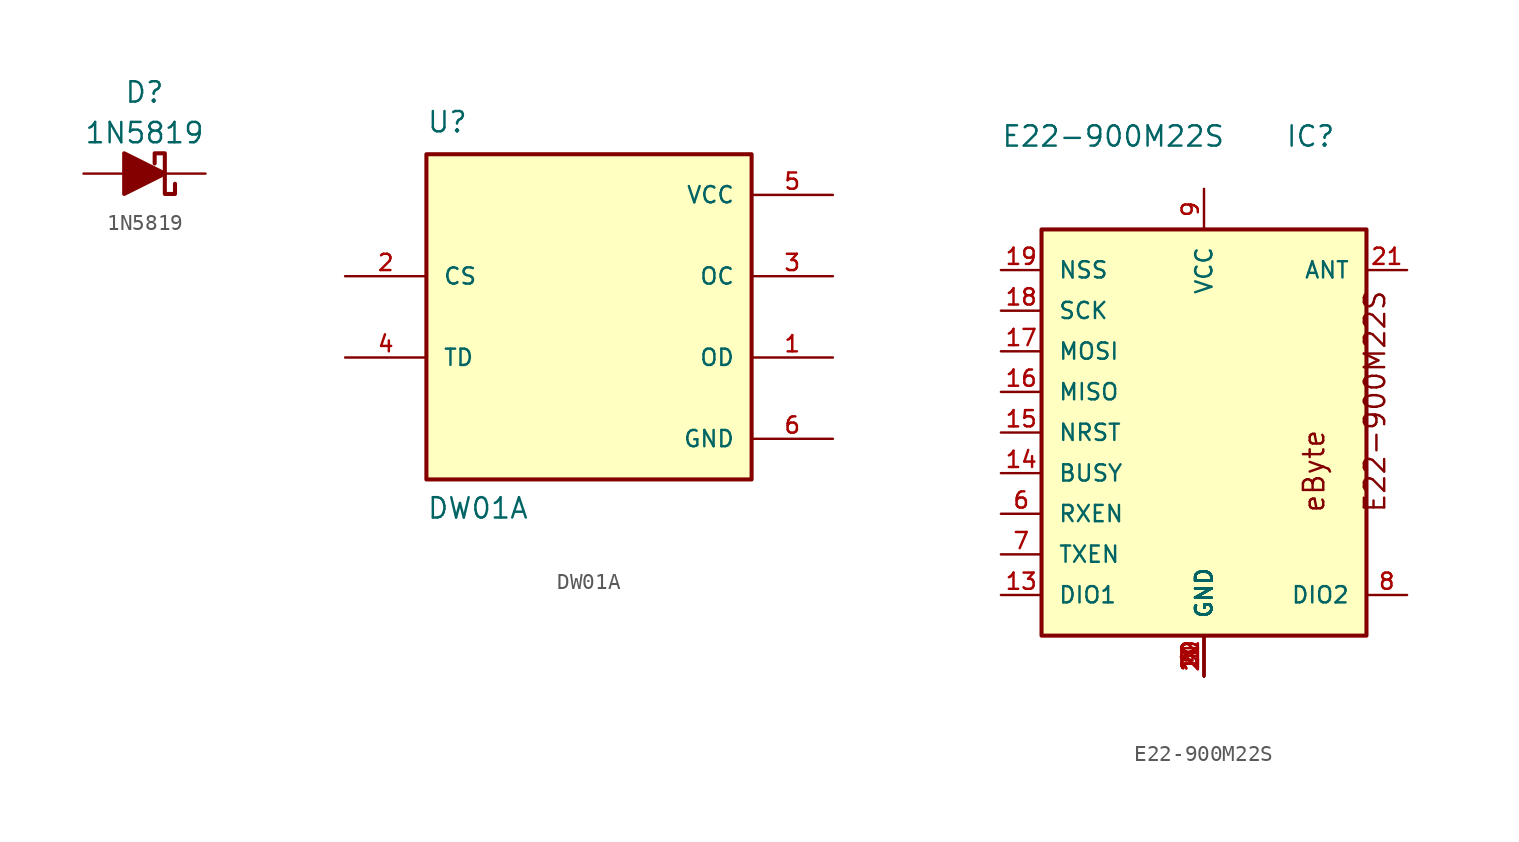
<source format=kicad_sym>
(kicad_symbol_lib
  (version 20231120)
  (generator "kicad_symbol_editor")
  (generator_version "8.0")
  (symbol "1N5819"
    (pin_numbers hide)
    (pin_names
      (offset 1.016) hide)
    (property "Reference" "D"
      (at 0 5.08 0)
      (effects (font (size 1.27 1.27))))
    (property "Value" "1N5819"
      (at 0 2.54 0)
      (effects (font (size 1.27 1.27))))
    (symbol "1N5819_0_1"
      (polyline (pts (xy -1.27 0) (xy 1.27 0)) (stroke (width 0) (type default)) (fill (type none)))
      (polyline (pts (xy -1.27 -1.27) (xy -1.27 1.27) (xy 1.27 0) (xy -1.27 -1.27)) (stroke (width 0.254) (type default)) (fill (type outline)))
      (polyline (pts (xy 1.905 -0.635) (xy 1.905 -1.27) (xy 1.27 -1.27) (xy 1.27 1.27) (xy 0.635 1.27) (xy 0.635 0.635)) (stroke (width 0.254) (type default)) (fill (type none))))
    (symbol "1N5819_1_1"
      (pin passive line (at 3.81 0 180) (length 2.54) (name "K" (effects (font (size 1.27 1.27)))) (number "1" (effects (font (size 1.27 1.27)))))
      (pin passive line (at -3.81 0 0) (length 2.54) (name "A" (effects (font (size 1.27 1.27)))) (number "2" (effects (font (size 1.27 1.27)))))))
  (symbol "DW01A"
    (pin_names
      (offset 1.016))
    (property "Reference" "U"
      (at -10.16 11.43 0)
      (effects (font (size 1.27 1.27)) (justify left bottom)))
    (property "Value" "DW01A"
      (at -10.16 -12.7 0)
      (effects (font (size 1.27 1.27)) (justify left bottom)))
    (symbol "DW01A_0_0"
      (rectangle (start -10.16 -10.16) (end 10.16 10.16) (stroke (width 0.254) (type default)) (fill (type background)))
      (pin output line (at 15.24 -2.54 180) (length 5.08) (name "OD" (effects (font (size 1.016 1.016)))) (number "1" (effects (font (size 1.016 1.016)))))
      (pin input line (at -15.24 2.54 0) (length 5.08) (name "CS" (effects (font (size 1.016 1.016)))) (number "2" (effects (font (size 1.016 1.016)))))
      (pin output line (at 15.24 2.54 180) (length 5.08) (name "OC" (effects (font (size 1.016 1.016)))) (number "3" (effects (font (size 1.016 1.016)))))
      (pin passive line (at -15.24 -2.54 0) (length 5.08) (name "TD" (effects (font (size 1.016 1.016)))) (number "4" (effects (font (size 1.016 1.016)))))
      (pin power_in line (at 15.24 7.62 180) (length 5.08) (name "VCC" (effects (font (size 1.016 1.016)))) (number "5" (effects (font (size 1.016 1.016)))))
      (pin power_in line (at 15.24 -7.62 180) (length 5.08) (name "GND" (effects (font (size 1.016 1.016)))) (number "6" (effects (font (size 1.016 1.016)))))))
  (symbol "E22-900M22S"
    (pin_names
      (offset 1.016))
    (property "Reference" "IC"
      (at 5.08 17.78 0)
      (effects (font (size 1.27 1.27)) (justify left bottom)))
    (property "Value" "E22-900M22S"
      (at -12.7 17.78 0)
      (effects (font (size 1.27 1.27)) (justify left bottom)))
    (symbol "E22-900M22S_0_0"
      (rectangle (start -10.16 -12.7) (end 10.16 12.7) (stroke (width 0.254) (type default)) (fill (type background)))
      (text "E22-900M22S" (at 11.43 -5.08 900) (effects (font (size 1.27 1.27)) (justify left bottom)))
      (text "eByte" (at 7.62 -5.08 900) (effects (font (size 1.27 1.27)) (justify left bottom)))
      (pin power_in line (at 0 -15.24 90) (length 2.54) (name "GND" (effects (font (size 1.016 1.016)))) (number "1" (effects (font (size 1.016 1.016)))))
      (pin power_in line (at 0 -15.24 90) (length 2.54) (name "GND" (effects (font (size 1.016 1.016)))) (number "10" (effects (font (size 1.016 1.016)))))
      (pin power_in line (at 0 -15.24 90) (length 2.54) (name "GND" (effects (font (size 1.016 1.016)))) (number "11" (effects (font (size 1.016 1.016)))))
      (pin power_in line (at 0 -15.24 90) (length 2.54) (name "GND" (effects (font (size 1.016 1.016)))) (number "12" (effects (font (size 1.016 1.016)))))
      (pin bidirectional line (at -12.7 -10.16 0) (length 2.54) (name "DIO1" (effects (font (size 1.016 1.016)))) (number "13" (effects (font (size 1.016 1.016)))))
      (pin bidirectional line (at -12.7 -2.54 0) (length 2.54) (name "BUSY" (effects (font (size 1.016 1.016)))) (number "14" (effects (font (size 1.016 1.016)))))
      (pin bidirectional line (at -12.7 0 0) (length 2.54) (name "NRST" (effects (font (size 1.016 1.016)))) (number "15" (effects (font (size 1.016 1.016)))))
      (pin bidirectional line (at -12.7 2.54 0) (length 2.54) (name "MISO" (effects (font (size 1.016 1.016)))) (number "16" (effects (font (size 1.016 1.016)))))
      (pin bidirectional line (at -12.7 5.08 0) (length 2.54) (name "MOSI" (effects (font (size 1.016 1.016)))) (number "17" (effects (font (size 1.016 1.016)))))
      (pin input line (at -12.7 7.62 0) (length 2.54) (name "SCK" (effects (font (size 1.016 1.016)))) (number "18" (effects (font (size 1.016 1.016)))))
      (pin input line (at -12.7 10.16 0) (length 2.54) (name "NSS" (effects (font (size 1.016 1.016)))) (number "19" (effects (font (size 1.016 1.016)))))
      (pin power_in line (at 0 -15.24 90) (length 2.54) (name "GND" (effects (font (size 1.016 1.016)))) (number "2" (effects (font (size 1.016 1.016)))))
      (pin power_in line (at 0 -15.24 90) (length 2.54) (name "GND" (effects (font (size 1.016 1.016)))) (number "20" (effects (font (size 1.016 1.016)))))
      (pin output line (at 12.7 10.16 180) (length 2.54) (name "ANT" (effects (font (size 1.016 1.016)))) (number "21" (effects (font (size 1.016 1.016)))))
      (pin power_in line (at 0 -15.24 90) (length 2.54) (name "GND" (effects (font (size 1.016 1.016)))) (number "22" (effects (font (size 1.016 1.016)))))
      (pin power_in line (at 0 -15.24 90) (length 2.54) (name "GND" (effects (font (size 1.016 1.016)))) (number "3" (effects (font (size 1.016 1.016)))))
      (pin power_in line (at 0 -15.24 90) (length 2.54) (name "GND" (effects (font (size 1.016 1.016)))) (number "4" (effects (font (size 1.016 1.016)))))
      (pin power_in line (at 0 -15.24 90) (length 2.54) (name "GND" (effects (font (size 1.016 1.016)))) (number "5" (effects (font (size 1.016 1.016)))))
      (pin input line (at -12.7 -5.08 0) (length 2.54) (name "RXEN" (effects (font (size 1.016 1.016)))) (number "6" (effects (font (size 1.016 1.016)))))
      (pin bidirectional line (at -12.7 -7.62 0) (length 2.54) (name "TXEN" (effects (font (size 1.016 1.016)))) (number "7" (effects (font (size 1.016 1.016)))))
      (pin bidirectional line (at 12.7 -10.16 180) (length 2.54) (name "DIO2" (effects (font (size 1.016 1.016)))) (number "8" (effects (font (size 1.016 1.016)))))
      (pin power_in line (at 0 15.24 270) (length 2.54) (name "VCC" (effects (font (size 1.016 1.016)))) (number "9" (effects (font (size 1.016 1.016))))))))
</source>
